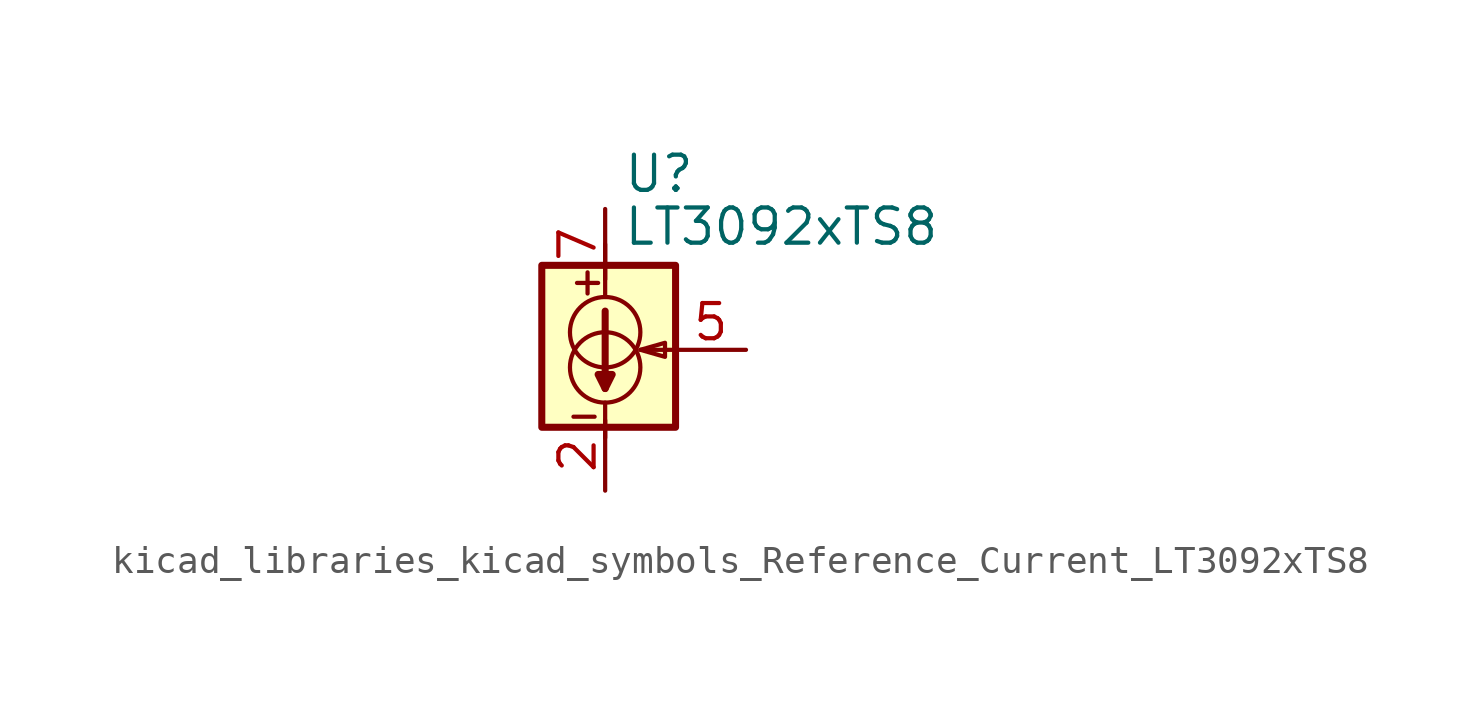
<source format=kicad_sym>
(kicad_symbol_lib
  (version 20220914)
  (generator kicad_symbol_editor)
  (symbol "kicad_libraries_kicad_symbols_Reference_Current_LT3092xTS8"
    (property "Reference" "U"
      (at 0.635 6.35 0)
      (effects (font (size 1.27 1.27)) (justify left)))
    (property "Value" "LT3092xTS8"
      (at 0.635 4.445 0)
      (effects (font (size 1.27 1.27)) (justify left)))
    (symbol "kicad_libraries_kicad_symbols_Reference_Current_LT3092xTS8_0_1"
      (rectangle (start -2.286 3.048) (end 2.54 -2.794) (stroke (width 0.254) (type default)) (fill (type background)))
      (circle (center 0 -0.635) (radius 1.27) (stroke (width 0) (type default)) (fill (type none)))
      (polyline (pts (xy -1.143 -2.413) (xy -0.381 -2.413)) (stroke (width 0) (type default)) (fill (type none)))
      (polyline (pts (xy -1.016 2.413) (xy -0.254 2.413)) (stroke (width 0) (type default)) (fill (type none)))
      (polyline (pts (xy -0.635 2.794) (xy -0.635 2.032)) (stroke (width 0) (type default)) (fill (type none)))
      (polyline (pts (xy 0 -1.905) (xy 0 -3.175)) (stroke (width 0) (type default)) (fill (type none)))
      (polyline (pts (xy 0 1.397) (xy 0 -1.397)) (stroke (width 0.254) (type default)) (fill (type none)))
      (polyline (pts (xy 0 3.81) (xy 0 1.905)) (stroke (width 0) (type default)) (fill (type none)))
      (polyline (pts (xy 2.54 0) (xy 1.27 0)) (stroke (width 0) (type default)) (fill (type none)))
      (polyline (pts (xy 0 -1.397) (xy -0.254 -0.889) (xy 0.254 -0.889) (xy 0 -1.397)) (stroke (width 0.254) (type default)) (fill (type none)))
      (polyline (pts (xy 1.27 0) (xy 2.159 0.254) (xy 2.159 -0.254) (xy 1.27 0)) (stroke (width 0) (type default)) (fill (type none)))
      (circle (center 0 0.635) (radius 1.27) (stroke (width 0) (type default)) (fill (type none))))
    (symbol "kicad_libraries_kicad_symbols_Reference_Current_LT3092xTS8_1_1"
      (pin no_connect line (at -1.27 2.54 0) (length 2.54) hide (name "NC" (effects (font (size 1.27 1.27)))) (number "1" (effects (font (size 1.27 1.27)))))
      (pin passive line (at 0 -5.08 90) (length 2.54) (name "~" (effects (font (size 1.27 1.27)))) (number "2" (effects (font (size 1.27 1.27)))))
      (pin passive line (at 0 -5.08 90) (length 2.54) hide (name "~" (effects (font (size 1.27 1.27)))) (number "3" (effects (font (size 1.27 1.27)))))
      (pin passive line (at 0 -5.08 90) (length 2.54) hide (name "~" (effects (font (size 1.27 1.27)))) (number "4" (effects (font (size 1.27 1.27)))))
      (pin passive line (at 5.08 0 180) (length 2.54) (name "~" (effects (font (size 1.27 1.27)))) (number "5" (effects (font (size 1.27 1.27)))))
      (pin no_connect line (at -1.27 0 0) (length 2.54) hide (name "NC" (effects (font (size 1.27 1.27)))) (number "6" (effects (font (size 1.27 1.27)))))
      (pin passive line (at 0 5.08 270) (length 2.54) (name "~" (effects (font (size 1.27 1.27)))) (number "7" (effects (font (size 1.27 1.27)))))
      (pin passive line (at 0 5.08 270) (length 2.54) hide (name "~" (effects (font (size 1.27 1.27)))) (number "8" (effects (font (size 1.27 1.27))))))))
</source>
